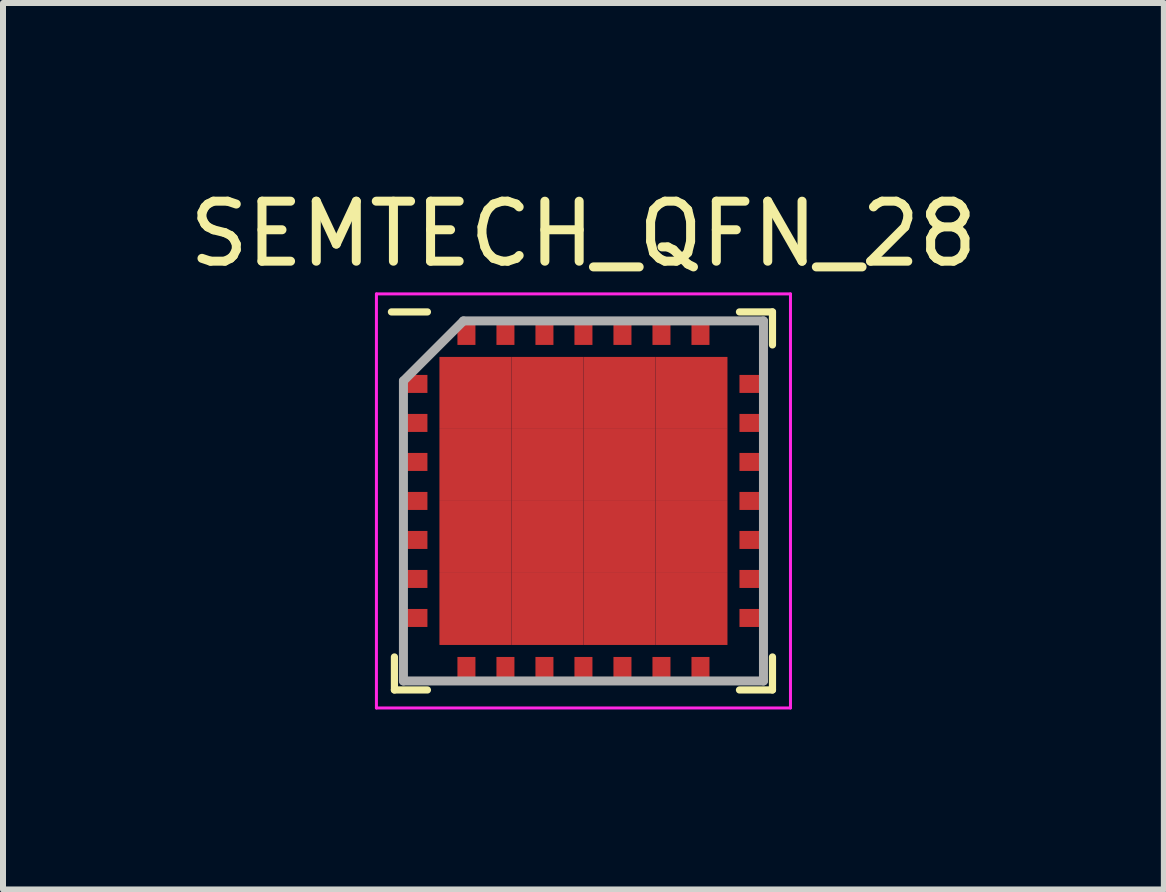
<source format=kicad_pcb>
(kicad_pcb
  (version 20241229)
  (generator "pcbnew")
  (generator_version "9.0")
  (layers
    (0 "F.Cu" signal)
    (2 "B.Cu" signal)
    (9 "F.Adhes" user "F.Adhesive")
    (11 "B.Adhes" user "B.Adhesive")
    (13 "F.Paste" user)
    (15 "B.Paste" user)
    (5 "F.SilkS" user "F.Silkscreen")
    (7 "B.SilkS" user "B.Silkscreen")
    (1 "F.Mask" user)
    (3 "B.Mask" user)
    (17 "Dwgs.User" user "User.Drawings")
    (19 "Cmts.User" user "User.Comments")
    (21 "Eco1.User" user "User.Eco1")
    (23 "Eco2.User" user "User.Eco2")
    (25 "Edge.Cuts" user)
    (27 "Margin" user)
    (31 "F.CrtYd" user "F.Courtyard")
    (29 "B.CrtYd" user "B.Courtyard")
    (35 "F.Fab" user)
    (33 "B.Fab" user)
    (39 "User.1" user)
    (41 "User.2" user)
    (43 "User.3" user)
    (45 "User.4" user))
  (footprint "SEMTECH_QFN_28"
    (layer "F.Cu")
    (at 6.673 5.298)
    (property "Reference" "SEMTECH_QFN_28" (at 0 -4.45 0) (layer "F.SilkS") (effects (font (size 1 1) (thickness 0.15))))
    (attr smd)
    (fp_line (start -3.15 3.15) (end -3.15 2.6) (stroke (width 0.12) (type solid)) (layer "F.SilkS"))
    (fp_line (start -2.6 -3.15) (end -3.2 -3.15) (stroke (width 0.12) (type solid)) (layer "F.SilkS"))
    (fp_line (start -2.6 3.15) (end -3.15 3.15) (stroke (width 0.12) (type solid)) (layer "F.SilkS"))
    (fp_line (start 2.6 -3.15) (end 3.15 -3.15) (stroke (width 0.12) (type solid)) (layer "F.SilkS"))
    (fp_line (start 2.6 3.15) (end 3.15 3.15) (stroke (width 0.12) (type solid)) (layer "F.SilkS"))
    (fp_line (start 3.15 -3.15) (end 3.15 -2.6) (stroke (width 0.12) (type solid)) (layer "F.SilkS"))
    (fp_line (start 3.15 3.15) (end 3.15 2.6) (stroke (width 0.12) (type solid)) (layer "F.SilkS"))
    (fp_line (start -3.45 -3.45) (end 3.45 -3.45) (stroke (width 0.05) (type solid)) (layer "F.CrtYd"))
    (fp_line (start -3.45 3.45) (end -3.45 -3.45) (stroke (width 0.05) (type solid)) (layer "F.CrtYd"))
    (fp_line (start 3.45 -3.45) (end 3.45 3.45) (stroke (width 0.05) (type solid)) (layer "F.CrtYd"))
    (fp_line (start 3.45 3.45) (end -3.45 3.45) (stroke (width 0.05) (type solid)) (layer "F.CrtYd"))
    (fp_line (start -3 -2) (end -3 3) (stroke (width 0.15) (type solid)) (layer "F.Fab"))
    (fp_line (start -3 3) (end 3 3) (stroke (width 0.15) (type solid)) (layer "F.Fab"))
    (fp_line (start -2 -3) (end -3 -2) (stroke (width 0.15) (type solid)) (layer "F.Fab"))
    (fp_line (start 3 -3) (end -2 -3) (stroke (width 0.15) (type solid)) (layer "F.Fab"))
    (fp_line (start 3 3) (end 3 -3) (stroke (width 0.15) (type solid)) (layer "F.Fab"))
    (pad "1" smd rect (at -2.8 -1.95 90) (size 0.3 0.4) (layers "F.Cu" "F.Mask" "F.Paste"))
    (pad "2" smd rect (at -2.8 -1.3 90) (size 0.3 0.4) (layers "F.Cu" "F.Mask" "F.Paste"))
    (pad "3" smd rect (at -2.8 -0.65 90) (size 0.3 0.4) (layers "F.Cu" "F.Mask" "F.Paste"))
    (pad "4" smd rect (at -2.8 0 90) (size 0.3 0.4) (layers "F.Cu" "F.Mask" "F.Paste"))
    (pad "5" smd rect (at -2.8 0.65 90) (size 0.3 0.4) (layers "F.Cu" "F.Mask" "F.Paste"))
    (pad "6" smd rect (at -2.8 1.3 90) (size 0.3 0.4) (layers "F.Cu" "F.Mask" "F.Paste"))
    (pad "7" smd rect (at -2.8 1.95 90) (size 0.3 0.4) (layers "F.Cu" "F.Mask" "F.Paste"))
    (pad "8" smd rect (at -1.95 2.8) (size 0.3 0.4) (layers "F.Cu" "F.Mask" "F.Paste"))
    (pad "9" smd rect (at -1.3 2.8) (size 0.3 0.4) (layers "F.Cu" "F.Mask" "F.Paste"))
    (pad "10" smd rect (at -0.65 2.8) (size 0.3 0.4) (layers "F.Cu" "F.Mask" "F.Paste"))
    (pad "11" smd rect (at 0 2.8) (size 0.3 0.4) (layers "F.Cu" "F.Mask" "F.Paste"))
    (pad "12" smd rect (at 0.65 2.8) (size 0.3 0.4) (layers "F.Cu" "F.Mask" "F.Paste"))
    (pad "13" smd rect (at 1.3 2.8) (size 0.3 0.4) (layers "F.Cu" "F.Mask" "F.Paste"))
    (pad "14" smd rect (at 1.95 2.8) (size 0.3 0.4) (layers "F.Cu" "F.Mask" "F.Paste"))
    (pad "15" smd rect (at 2.8 1.95 90) (size 0.3 0.4) (layers "F.Cu" "F.Mask" "F.Paste"))
    (pad "16" smd rect (at 2.8 1.3 90) (size 0.3 0.4) (layers "F.Cu" "F.Mask" "F.Paste"))
    (pad "17" smd rect (at 2.8 0.65 90) (size 0.3 0.4) (layers "F.Cu" "F.Mask" "F.Paste"))
    (pad "18" smd rect (at 2.8 0 90) (size 0.3 0.4) (layers "F.Cu" "F.Mask" "F.Paste"))
    (pad "19" smd rect (at 2.8 -0.65 90) (size 0.3 0.4) (layers "F.Cu" "F.Mask" "F.Paste"))
    (pad "20" smd rect (at 2.8 -1.3 90) (size 0.3 0.4) (layers "F.Cu" "F.Mask" "F.Paste"))
    (pad "21" smd rect (at 2.8 -1.95 90) (size 0.3 0.4) (layers "F.Cu" "F.Mask" "F.Paste"))
    (pad "22" smd rect (at 1.95 -2.8) (size 0.3 0.4) (layers "F.Cu" "F.Mask" "F.Paste"))
    (pad "23" smd rect (at 1.3 -2.8) (size 0.3 0.4) (layers "F.Cu" "F.Mask" "F.Paste"))
    (pad "24" smd rect (at 0.65 -2.8) (size 0.3 0.4) (layers "F.Cu" "F.Mask" "F.Paste"))
    (pad "25" smd rect (at 0 -2.8) (size 0.3 0.4) (layers "F.Cu" "F.Mask" "F.Paste"))
    (pad "26" smd rect (at -0.65 -2.8) (size 0.3 0.4) (layers "F.Cu" "F.Mask" "F.Paste"))
    (pad "27" smd rect (at -1.3 -2.8) (size 0.3 0.4) (layers "F.Cu" "F.Mask" "F.Paste"))
    (pad "28" smd rect (at -1.95 -2.8) (size 0.3 0.4) (layers "F.Cu" "F.Mask" "F.Paste"))
    (pad "29" smd rect (at -1.8 -1.8) (size 1.2 1.2) (layers "F.Cu" "F.Mask" "F.Paste"))
    (pad "29" smd rect (at -1.8 -0.6) (size 1.2 1.2) (layers "F.Cu" "F.Mask" "F.Paste"))
    (pad "29" smd rect (at -1.8 0.6) (size 1.2 1.2) (layers "F.Cu" "F.Mask" "F.Paste"))
    (pad "29" smd rect (at -1.8 1.8) (size 1.2 1.2) (layers "F.Cu" "F.Mask" "F.Paste"))
    (pad "29" smd rect (at -0.6 -1.8) (size 1.2 1.2) (layers "F.Cu" "F.Mask" "F.Paste"))
    (pad "29" smd rect (at -0.6 -0.6) (size 1.2 1.2) (layers "F.Cu" "F.Mask" "F.Paste"))
    (pad "29" smd rect (at -0.6 0.6) (size 1.2 1.2) (layers "F.Cu" "F.Mask" "F.Paste"))
    (pad "29" smd rect (at -0.6 1.8) (size 1.2 1.2) (layers "F.Cu" "F.Mask" "F.Paste"))
    (pad "29" smd rect (at 0.6 -1.8) (size 1.2 1.2) (layers "F.Cu" "F.Mask" "F.Paste"))
    (pad "29" smd rect (at 0.6 -0.6) (size 1.2 1.2) (layers "F.Cu" "F.Mask" "F.Paste"))
    (pad "29" smd rect (at 0.6 0.6) (size 1.2 1.2) (layers "F.Cu" "F.Mask" "F.Paste"))
    (pad "29" smd rect (at 0.6 1.8) (size 1.2 1.2) (layers "F.Cu" "F.Mask" "F.Paste"))
    (pad "29" smd rect (at 1.8 -1.8) (size 1.2 1.2) (layers "F.Cu" "F.Mask" "F.Paste"))
    (pad "29" smd rect (at 1.8 -0.6) (size 1.2 1.2) (layers "F.Cu" "F.Mask" "F.Paste"))
    (pad "29" smd rect (at 1.8 0.6) (size 1.2 1.2) (layers "F.Cu" "F.Mask" "F.Paste"))
    (pad "29" smd rect (at 1.8 1.8) (size 1.2 1.2) (layers "F.Cu" "F.Mask" "F.Paste")))
  (gr_rect
    (start -3 -3)
    (end 16.345 11.773)
    (stroke (width 0.1) (type default))
    (fill no)
    (layer "Edge.Cuts")))
</source>
